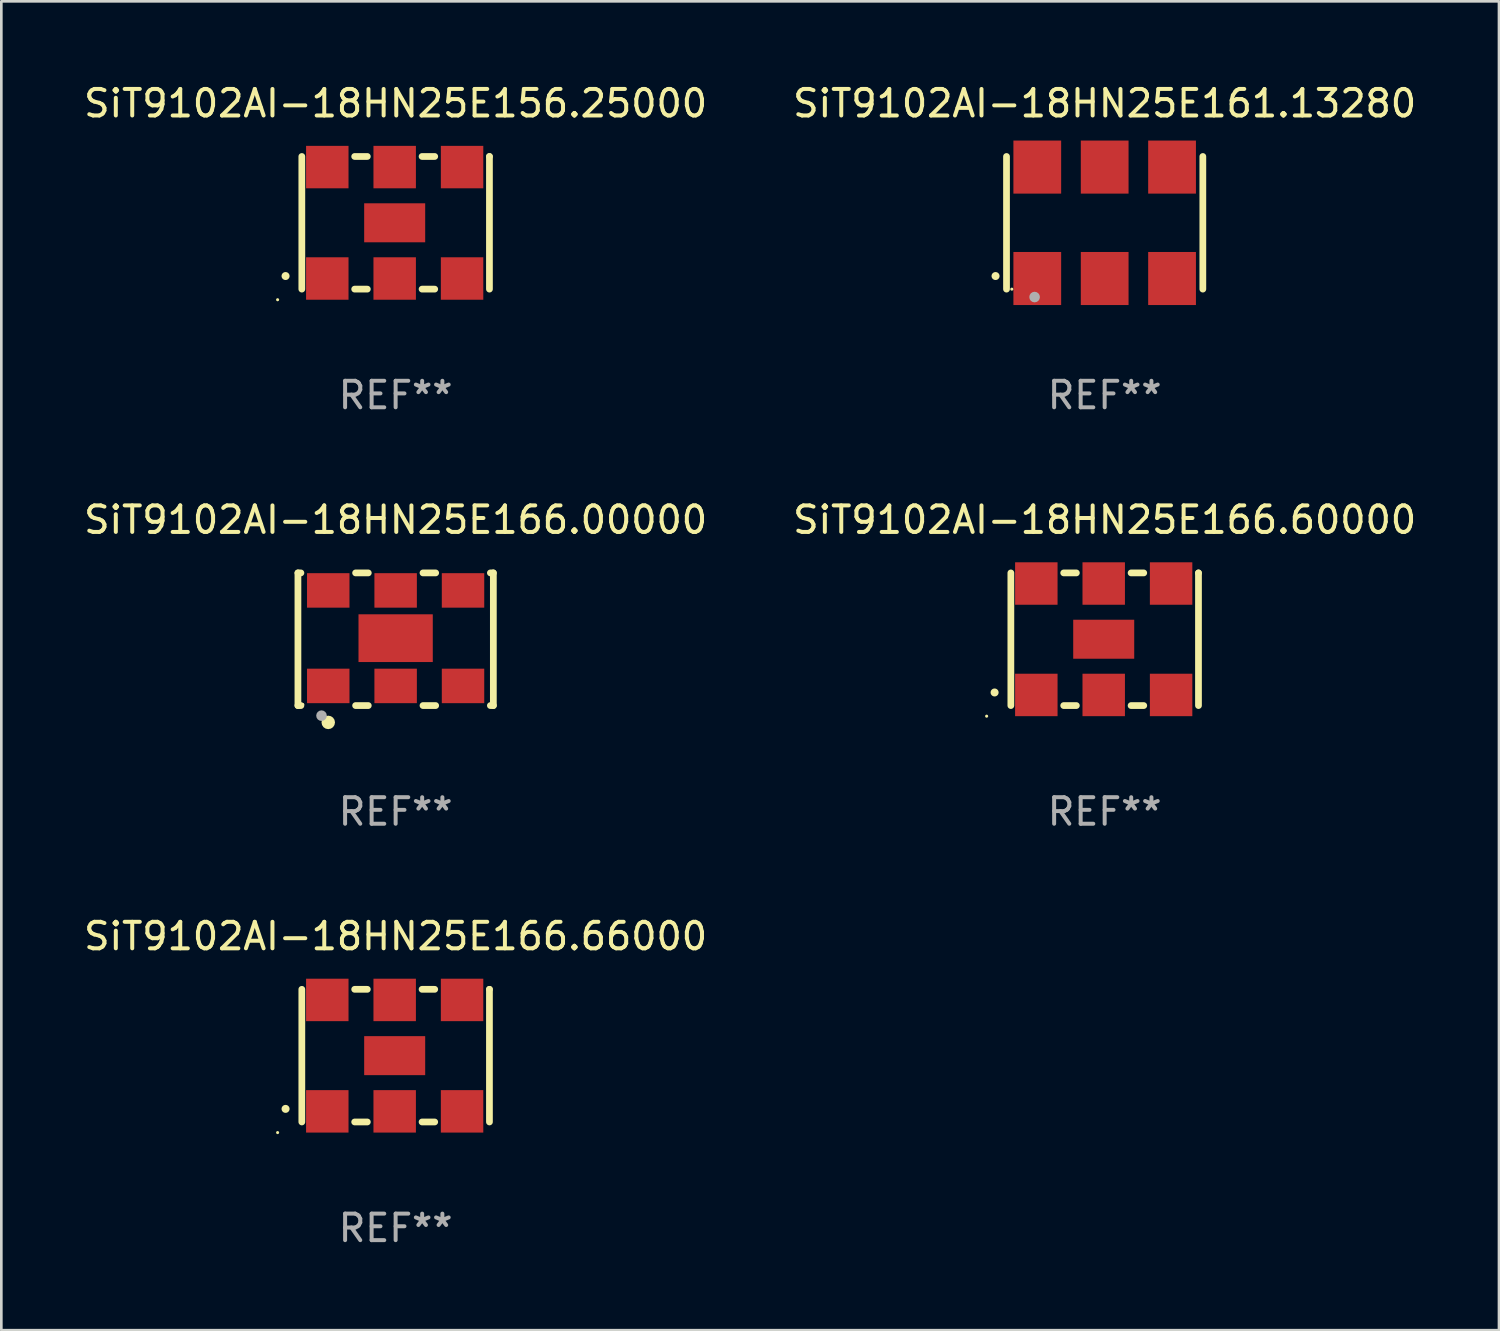
<source format=kicad_pcb>
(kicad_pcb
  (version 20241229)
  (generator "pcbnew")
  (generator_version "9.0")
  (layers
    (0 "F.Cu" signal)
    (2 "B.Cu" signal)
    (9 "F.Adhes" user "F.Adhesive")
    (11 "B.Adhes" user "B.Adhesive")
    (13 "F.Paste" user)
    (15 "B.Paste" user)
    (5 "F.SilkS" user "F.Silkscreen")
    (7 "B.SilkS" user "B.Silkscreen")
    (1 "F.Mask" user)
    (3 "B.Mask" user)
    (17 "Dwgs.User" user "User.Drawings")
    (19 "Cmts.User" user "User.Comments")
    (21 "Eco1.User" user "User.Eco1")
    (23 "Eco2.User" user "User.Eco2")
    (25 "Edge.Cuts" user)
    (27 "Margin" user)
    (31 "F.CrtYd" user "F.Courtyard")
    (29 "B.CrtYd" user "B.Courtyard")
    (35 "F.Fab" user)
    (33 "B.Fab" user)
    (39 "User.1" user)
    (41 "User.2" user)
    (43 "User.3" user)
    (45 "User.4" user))
  (footprint "SiT9102AI-18HN25E166.60000"
    (layer "F.Cu")
    (at 38.589 21.045)
    (property "Reference" "SiT9102AI-18HN25E166.60000" (at 0 -4.5 0) (layer "F.SilkS") (effects (font (size 1 1) (thickness 0.15))))
    (attr through_hole)
    (fp_line (start -3.536 -2.5) (end -3.536 2.5) (stroke (width 0.254) (type solid)) (layer "F.SilkS"))
    (fp_line (start -1.544 2.5) (end -1.067 2.5) (stroke (width 0.254) (type solid)) (layer "F.SilkS"))
    (fp_line (start -1.067 -2.5) (end -1.544 -2.5) (stroke (width 0.254) (type solid)) (layer "F.SilkS"))
    (fp_line (start 0.996 2.5) (end 1.473 2.5) (stroke (width 0.254) (type solid)) (layer "F.SilkS"))
    (fp_line (start 1.473 -2.5) (end 0.996 -2.5) (stroke (width 0.254) (type solid)) (layer "F.SilkS"))
    (fp_line (start 3.536 -2.5) (end 3.536 -2.5) (stroke (width 0.254) (type solid)) (layer "F.SilkS"))
    (fp_line (start 3.536 2.5) (end 3.536 -2.5) (stroke (width 0.254) (type solid)) (layer "F.SilkS"))
    (fp_arc (start -4.150432 2.006604) (mid -4.149162 2.006599) (end -4.147892 2.006604) (stroke (width 0.3) (type solid)) (layer "F.SilkS"))
    (fp_circle (center -4.449 2.9) (end -4.419 2.9) (stroke (width 0.06) (type solid)) (fill no) (layer "F.SilkS"))
    (fp_text user "REF**" (at 0 6.5 0) (layer "F.Fab") (effects (font (size 1 1) (thickness 0.15))))
    (pad "1" smd rect (at -2.576 2.1) (size 1.6 1.6) (layers "F.Cu" "F.Mask" "F.Paste"))
    (pad "2" smd rect (at -0.036 2.1) (size 1.6 1.6) (layers "F.Cu" "F.Mask" "F.Paste"))
    (pad "3" smd rect (at 2.504 2.1) (size 1.6 1.6) (layers "F.Cu" "F.Mask" "F.Paste"))
    (pad "4" smd rect (at 2.504 -2.1) (size 1.6 1.6) (layers "F.Cu" "F.Mask" "F.Paste"))
    (pad "5" smd rect (at -0.036 -2.1) (size 1.6 1.6) (layers "F.Cu" "F.Mask" "F.Paste"))
    (pad "6" smd rect (at -2.576 -2.1) (size 1.6 1.6) (layers "F.Cu" "F.Mask" "F.Paste"))
    (pad "7" smd rect (at -0.036 0) (size 2.3 1.47) (layers "F.Cu" "F.Mask" "F.Paste")))
  (footprint "SiT9102AI-18HN25E156.25000"
    (layer "F.Cu")
    (at 11.863 5.348)
    (property "Reference" "SiT9102AI-18HN25E156.25000" (at 0 -4.5 0) (layer "F.SilkS") (effects (font (size 1 1) (thickness 0.15))))
    (attr through_hole)
    (fp_line (start -3.536 -2.5) (end -3.536 2.5) (stroke (width 0.254) (type solid)) (layer "F.SilkS"))
    (fp_line (start -1.544 2.5) (end -1.067 2.5) (stroke (width 0.254) (type solid)) (layer "F.SilkS"))
    (fp_line (start -1.067 -2.5) (end -1.544 -2.5) (stroke (width 0.254) (type solid)) (layer "F.SilkS"))
    (fp_line (start 0.996 2.5) (end 1.473 2.5) (stroke (width 0.254) (type solid)) (layer "F.SilkS"))
    (fp_line (start 1.473 -2.5) (end 0.996 -2.5) (stroke (width 0.254) (type solid)) (layer "F.SilkS"))
    (fp_line (start 3.536 -2.5) (end 3.536 -2.5) (stroke (width 0.254) (type solid)) (layer "F.SilkS"))
    (fp_line (start 3.536 2.5) (end 3.536 -2.5) (stroke (width 0.254) (type solid)) (layer "F.SilkS"))
    (fp_arc (start -4.150432 2.006604) (mid -4.149162 2.006599) (end -4.147892 2.006604) (stroke (width 0.3) (type solid)) (layer "F.SilkS"))
    (fp_circle (center -4.449 2.9) (end -4.419 2.9) (stroke (width 0.06) (type solid)) (fill no) (layer "F.SilkS"))
    (fp_text user "REF**" (at 0 6.5 0) (layer "F.Fab") (effects (font (size 1 1) (thickness 0.15))))
    (pad "1" smd rect (at -2.576 2.1) (size 1.6 1.6) (layers "F.Cu" "F.Mask" "F.Paste"))
    (pad "2" smd rect (at -0.036 2.1) (size 1.6 1.6) (layers "F.Cu" "F.Mask" "F.Paste"))
    (pad "3" smd rect (at 2.504 2.1) (size 1.6 1.6) (layers "F.Cu" "F.Mask" "F.Paste"))
    (pad "4" smd rect (at 2.504 -2.1) (size 1.6 1.6) (layers "F.Cu" "F.Mask" "F.Paste"))
    (pad "5" smd rect (at -0.036 -2.1) (size 1.6 1.6) (layers "F.Cu" "F.Mask" "F.Paste"))
    (pad "6" smd rect (at -2.576 -2.1) (size 1.6 1.6) (layers "F.Cu" "F.Mask" "F.Paste"))
    (pad "7" smd rect (at -0.036 0) (size 2.3 1.47) (layers "F.Cu" "F.Mask" "F.Paste")))
  (footprint "SiT9102AI-18HN25E161.13280"
    (layer "F.Cu")
    (at 38.589 5.348)
    (property "Reference" "SiT9102AI-18HN25E161.13280" (at 0 -4.5 0) (layer "F.SilkS") (effects (font (size 1 1) (thickness 0.15))))
    (attr through_hole)
    (fp_line (start -3.7 -2.5) (end -3.7 2.5) (stroke (width 0.254) (type solid)) (layer "F.SilkS"))
    (fp_line (start 3.7 -2.5) (end 3.7 2.5) (stroke (width 0.254) (type solid)) (layer "F.SilkS"))
    (fp_arc (start -4.114415 2.006604) (mid -4.113145 2.006599) (end -4.111875 2.006604) (stroke (width 0.3) (type solid)) (layer "F.SilkS"))
    (fp_circle (center -3.5 2.501) (end -3.47 2.501) (stroke (width 0.06) (type solid)) (fill no) (layer "F.SilkS"))
    (fp_circle (center -2.641 2.799) (end -2.541 2.799) (stroke (width 0.2) (type solid)) (fill no) (layer "F.Fab"))
    (fp_text user "REF**" (at 0 6.5 0) (layer "F.Fab") (effects (font (size 1 1) (thickness 0.15))))
    (pad "1" smd rect (at -2.54 2.1) (size 1.8 2) (layers "F.Cu" "F.Mask" "F.Paste"))
    (pad "2" smd rect (at 0.000394 2.1) (size 1.8 2) (layers "F.Cu" "F.Mask" "F.Paste"))
    (pad "3" smd rect (at 2.54 2.1) (size 1.8 2) (layers "F.Cu" "F.Mask" "F.Paste"))
    (pad "4" smd rect (at 2.54 -2.1) (size 1.8 2) (layers "F.Cu" "F.Mask" "F.Paste"))
    (pad "5" smd rect (at 0.000394 -2.1) (size 1.8 2) (layers "F.Cu" "F.Mask" "F.Paste"))
    (pad "6" smd rect (at -2.54 -2.1) (size 1.8 2) (layers "F.Cu" "F.Mask" "F.Paste")))
  (footprint "SiT9102AI-18HN25E166.66000"
    (layer "F.Cu")
    (at 11.863 36.741)
    (property "Reference" "SiT9102AI-18HN25E166.66000" (at 0 -4.5 0) (layer "F.SilkS") (effects (font (size 1 1) (thickness 0.15))))
    (attr through_hole)
    (fp_line (start -3.536 -2.5) (end -3.536 2.5) (stroke (width 0.254) (type solid)) (layer "F.SilkS"))
    (fp_line (start -1.544 2.5) (end -1.067 2.5) (stroke (width 0.254) (type solid)) (layer "F.SilkS"))
    (fp_line (start -1.067 -2.5) (end -1.544 -2.5) (stroke (width 0.254) (type solid)) (layer "F.SilkS"))
    (fp_line (start 0.996 2.5) (end 1.473 2.5) (stroke (width 0.254) (type solid)) (layer "F.SilkS"))
    (fp_line (start 1.473 -2.5) (end 0.996 -2.5) (stroke (width 0.254) (type solid)) (layer "F.SilkS"))
    (fp_line (start 3.536 -2.5) (end 3.536 -2.5) (stroke (width 0.254) (type solid)) (layer "F.SilkS"))
    (fp_line (start 3.536 2.5) (end 3.536 -2.5) (stroke (width 0.254) (type solid)) (layer "F.SilkS"))
    (fp_arc (start -4.150432 2.006604) (mid -4.149162 2.006599) (end -4.147892 2.006604) (stroke (width 0.3) (type solid)) (layer "F.SilkS"))
    (fp_circle (center -4.449 2.9) (end -4.419 2.9) (stroke (width 0.06) (type solid)) (fill no) (layer "F.SilkS"))
    (fp_text user "REF**" (at 0 6.5 0) (layer "F.Fab") (effects (font (size 1 1) (thickness 0.15))))
    (pad "1" smd rect (at -2.576 2.1) (size 1.6 1.6) (layers "F.Cu" "F.Mask" "F.Paste"))
    (pad "2" smd rect (at -0.036 2.1) (size 1.6 1.6) (layers "F.Cu" "F.Mask" "F.Paste"))
    (pad "3" smd rect (at 2.504 2.1) (size 1.6 1.6) (layers "F.Cu" "F.Mask" "F.Paste"))
    (pad "4" smd rect (at 2.504 -2.1) (size 1.6 1.6) (layers "F.Cu" "F.Mask" "F.Paste"))
    (pad "5" smd rect (at -0.036 -2.1) (size 1.6 1.6) (layers "F.Cu" "F.Mask" "F.Paste"))
    (pad "6" smd rect (at -2.576 -2.1) (size 1.6 1.6) (layers "F.Cu" "F.Mask" "F.Paste"))
    (pad "7" smd rect (at -0.036 0) (size 2.3 1.47) (layers "F.Cu" "F.Mask" "F.Paste")))
  (footprint "SiT9102AI-18HN25E166.00000"
    (layer "F.Cu")
    (at 11.863 21.045)
    (property "Reference" "SiT9102AI-18HN25E166.00000" (at 0 -4.5 0) (layer "F.SilkS") (effects (font (size 1 1) (thickness 0.15))))
    (attr through_hole)
    (fp_line (start -3.683 -2.5) (end -3.571 -2.5) (stroke (width 0.254) (type solid)) (layer "F.SilkS"))
    (fp_line (start -3.683 2.5) (end -3.683 -2.5) (stroke (width 0.254) (type solid)) (layer "F.SilkS"))
    (fp_line (start -3.683 2.5) (end -3.571 2.5) (stroke (width 0.254) (type solid)) (layer "F.SilkS"))
    (fp_line (start -1.509 -2.5) (end -1.031 -2.5) (stroke (width 0.254) (type solid)) (layer "F.SilkS"))
    (fp_line (start -1.509 2.5) (end -1.031 2.5) (stroke (width 0.254) (type solid)) (layer "F.SilkS"))
    (fp_line (start 1.031 -2.5) (end 1.509 -2.5) (stroke (width 0.254) (type solid)) (layer "F.SilkS"))
    (fp_line (start 1.031 2.5) (end 1.509 2.5) (stroke (width 0.254) (type solid)) (layer "F.SilkS"))
    (fp_line (start 3.571 -2.5) (end 3.683 -2.5) (stroke (width 0.254) (type solid)) (layer "F.SilkS"))
    (fp_line (start 3.571 2.5) (end 3.683 2.5) (stroke (width 0.254) (type solid)) (layer "F.SilkS"))
    (fp_line (start 3.683 2.5) (end 3.683 -2.5) (stroke (width 0.254) (type solid)) (layer "F.SilkS"))
    (fp_circle (center -3.5 2.46) (end -3.47 2.46) (stroke (width 0.06) (type solid)) (fill no) (layer "F.SilkS"))
    (fp_circle (center -2.54 3.135) (end -2.413 3.135) (stroke (width 0.254) (type solid)) (fill no) (layer "F.SilkS"))
    (fp_circle (center -2.794 2.881) (end -2.694 2.881) (stroke (width 0.2) (type solid)) (fill no) (layer "F.Fab"))
    (fp_text user "REF**" (at 0 6.5 0) (layer "F.Fab") (effects (font (size 1 1) (thickness 0.15))))
    (pad "1" smd rect (at -2.54 1.76) (size 1.6 1.3) (layers "F.Cu" "F.Mask" "F.Paste"))
    (pad "2" smd rect (at 0 1.76) (size 1.6 1.3) (layers "F.Cu" "F.Mask" "F.Paste"))
    (pad "3" smd rect (at 2.54 1.76) (size 1.6 1.3) (layers "F.Cu" "F.Mask" "F.Paste"))
    (pad "4" smd rect (at 2.54 -1.84) (size 1.6 1.3) (layers "F.Cu" "F.Mask" "F.Paste"))
    (pad "5" smd rect (at 0 -1.84) (size 1.6 1.3) (layers "F.Cu" "F.Mask" "F.Paste"))
    (pad "6" smd rect (at -2.54 -1.84) (size 1.6 1.3) (layers "F.Cu" "F.Mask" "F.Paste"))
    (pad "7" smd rect (at 0 -0.04) (size 2.8 1.8) (layers "F.Cu" "F.Mask" "F.Paste")))
  (gr_rect
    (start -3 -3)
    (end 53.452 47.09)
    (stroke (width 0.1) (type default))
    (fill no)
    (layer "Edge.Cuts")))
</source>
